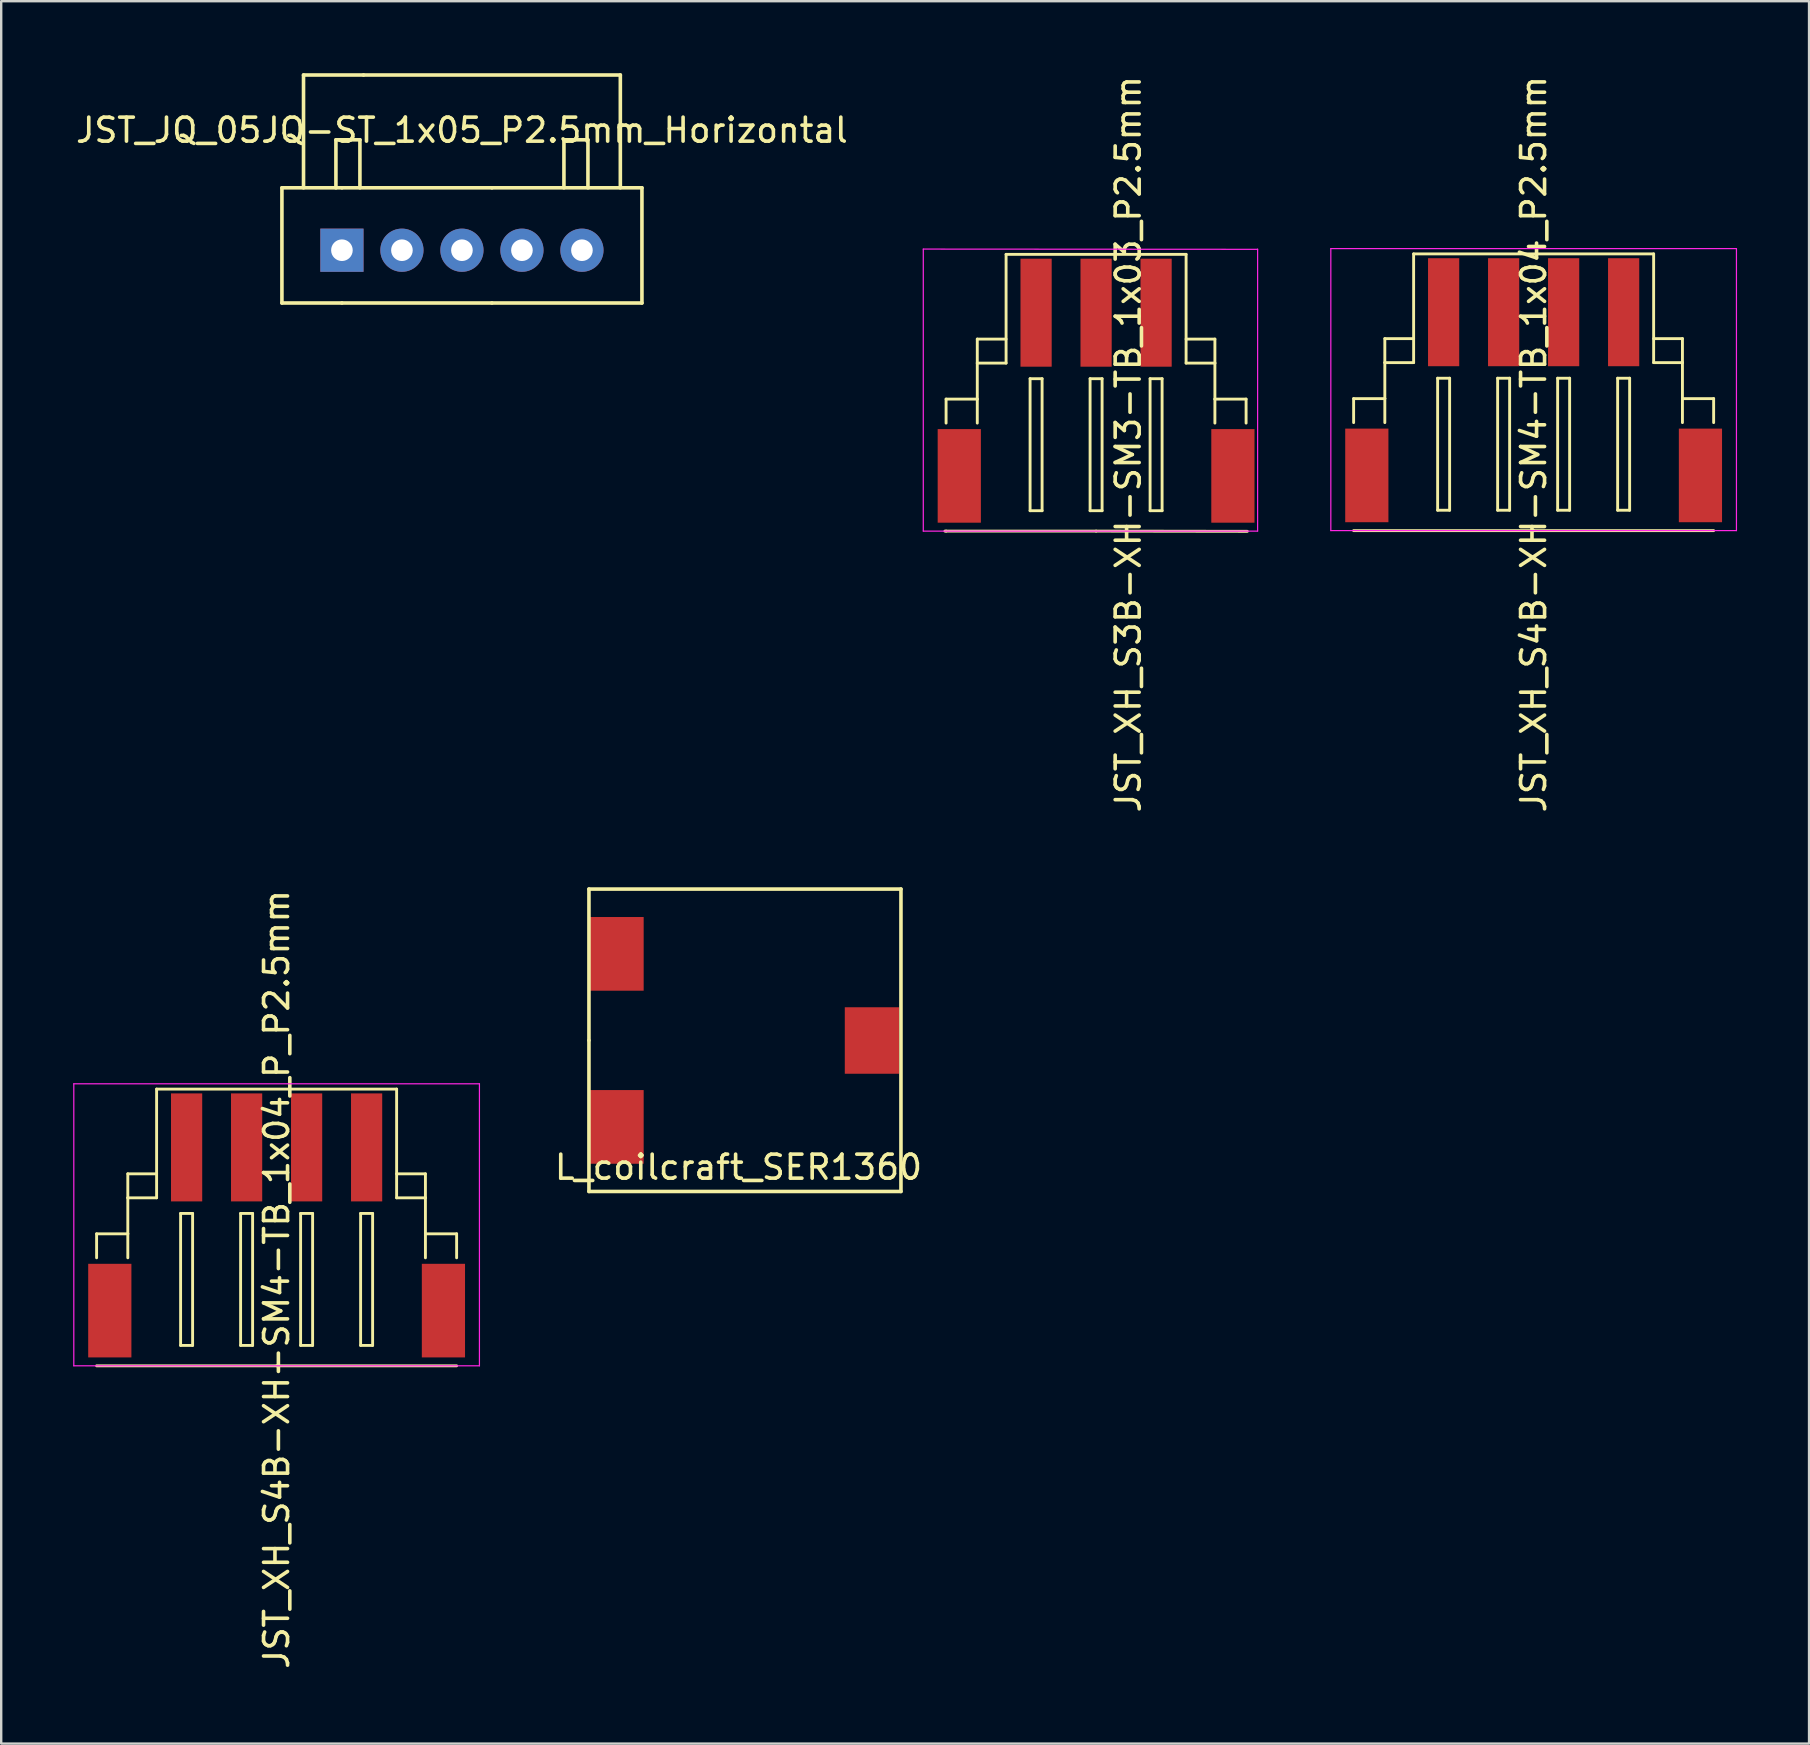
<source format=kicad_pcb>
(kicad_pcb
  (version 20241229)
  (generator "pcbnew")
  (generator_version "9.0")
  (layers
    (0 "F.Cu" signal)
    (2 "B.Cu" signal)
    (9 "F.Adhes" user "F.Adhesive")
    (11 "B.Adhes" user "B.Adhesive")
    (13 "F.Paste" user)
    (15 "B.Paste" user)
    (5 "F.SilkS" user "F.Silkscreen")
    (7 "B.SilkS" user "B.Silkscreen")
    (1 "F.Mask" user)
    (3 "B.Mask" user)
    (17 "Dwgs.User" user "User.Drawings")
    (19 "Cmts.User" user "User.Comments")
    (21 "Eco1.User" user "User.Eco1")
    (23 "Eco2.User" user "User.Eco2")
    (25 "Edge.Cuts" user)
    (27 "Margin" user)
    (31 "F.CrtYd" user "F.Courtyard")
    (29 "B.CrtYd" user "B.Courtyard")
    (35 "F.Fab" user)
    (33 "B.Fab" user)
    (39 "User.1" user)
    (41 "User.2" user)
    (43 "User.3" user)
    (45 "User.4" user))
  (footprint "JST_JQ_05JQ-ST_1x05_P2.5mm_Horizontal"
    (layer "F.Cu")
    (at 11.196 7.375)
    (property "Reference" "JST_JQ_05JQ-ST_1x05_P2.5mm_Horizontal" (at 5 -5 0) (layer "F.SilkS") (effects (font (size 1 1) (thickness 0.15))))
    (attr through_hole)
    (fp_line (start -2.5 -2.6) (end -2.5 2.2) (stroke (width 0.15) (type solid)) (layer "F.SilkS"))
    (fp_line (start -1.6 -2.6) (end -1.6 -7.3) (stroke (width 0.15) (type solid)) (layer "F.SilkS"))
    (fp_line (start -0.25 -4.6) (end 0.75 -4.6) (stroke (width 0.15) (type solid)) (layer "F.SilkS"))
    (fp_line (start -0.25 -2.6) (end -0.25 -4.6) (stroke (width 0.15) (type solid)) (layer "F.SilkS"))
    (fp_line (start 0 -2.6) (end -2.5 -2.6) (stroke (width 0.15) (type solid)) (layer "F.SilkS"))
    (fp_line (start 0 2.2) (end -2.5 2.2) (stroke (width 0.15) (type solid)) (layer "F.SilkS"))
    (fp_line (start 0.75 -4.6) (end 0.75 -2.6) (stroke (width 0.15) (type solid)) (layer "F.SilkS"))
    (fp_line (start 0.9 -7.3) (end -1.6 -7.3) (stroke (width 0.15) (type solid)) (layer "F.SilkS"))
    (fp_line (start 6.25 -2.6) (end 0 -2.6) (stroke (width 0.15) (type solid)) (layer "F.SilkS"))
    (fp_line (start 6.25 -2.6) (end 12.5 -2.6) (stroke (width 0.15) (type solid)) (layer "F.SilkS"))
    (fp_line (start 6.25 2.2) (end 0 2.2) (stroke (width 0.15) (type solid)) (layer "F.SilkS"))
    (fp_line (start 9.25 -4.6) (end 9.25 -2.6) (stroke (width 0.15) (type solid)) (layer "F.SilkS"))
    (fp_line (start 10.25 -4.6) (end 9.25 -4.6) (stroke (width 0.15) (type solid)) (layer "F.SilkS"))
    (fp_line (start 10.25 -2.6) (end 10.25 -4.6) (stroke (width 0.15) (type solid)) (layer "F.SilkS"))
    (fp_line (start 11.6 -7.3) (end 0.9 -7.3) (stroke (width 0.15) (type solid)) (layer "F.SilkS"))
    (fp_line (start 11.6 -2.6) (end 11.6 -7.3) (stroke (width 0.15) (type solid)) (layer "F.SilkS"))
    (fp_line (start 12.5 -2.6) (end 12.5 2.2) (stroke (width 0.15) (type solid)) (layer "F.SilkS"))
    (fp_line (start 12.5 2.2) (end 6.25 2.2) (stroke (width 0.15) (type solid)) (layer "F.SilkS"))
    (pad "1" thru_hole rect (at 0 0) (size 1.8 1.8) (drill 0.9) (layers "*.Cu" "*.Mask"))
    (pad "2" thru_hole circle (at 2.5 0) (size 1.8 1.8) (drill 0.9) (layers "*.Cu" "*.Mask"))
    (pad "3" thru_hole circle (at 5 0) (size 1.8 1.8) (drill 0.9) (layers "*.Cu" "*.Mask"))
    (pad "4" thru_hole circle (at 7.5 0) (size 1.8 1.8) (drill 0.9) (layers "*.Cu" "*.Mask"))
    (pad "5" thru_hole circle (at 10 0) (size 1.8 1.8) (drill 0.9) (layers "*.Cu" "*.Mask")))
  (footprint "JST_XH_S4B-XH-SM4-TB_1x04_P2.5mm"
    (layer "F.Cu")
    (at 60.848 9.958)
    (property "Reference" "JST_XH_S4B-XH-SM4-TB_1x04_P2.5mm" (at 0 5.5 90) (layer "F.SilkS") (effects (font (size 1 1) (thickness 0.15))))
    (attr smd)
    (fp_line (start -7.5 3.6) (end -7.5 4.6) (stroke (width 0.12) (type solid)) (layer "F.SilkS"))
    (fp_line (start -7.5 3.6) (end -6.2 3.6) (stroke (width 0.12) (type solid)) (layer "F.SilkS"))
    (fp_line (start -6.2 1.1) (end -5 1.1) (stroke (width 0.12) (type solid)) (layer "F.SilkS"))
    (fp_line (start -6.2 2.1) (end -6.2 1.1) (stroke (width 0.12) (type solid)) (layer "F.SilkS"))
    (fp_line (start -6.2 2.1) (end -6.2 3.6) (stroke (width 0.12) (type solid)) (layer "F.SilkS"))
    (fp_line (start -6.2 3.6) (end -6.2 4.6) (stroke (width 0.12) (type solid)) (layer "F.SilkS"))
    (fp_line (start -5 -2.43) (end -5 2.1) (stroke (width 0.12) (type solid)) (layer "F.SilkS"))
    (fp_line (start -5 -2.43) (end 5 -2.43) (stroke (width 0.12) (type solid)) (layer "F.SilkS"))
    (fp_line (start -5 2.1) (end -6.2 2.1) (stroke (width 0.12) (type solid)) (layer "F.SilkS"))
    (fp_line (start -4 2.75) (end -4 8.25) (stroke (width 0.12) (type solid)) (layer "F.SilkS"))
    (fp_line (start -4 8.25) (end -3.5 8.25) (stroke (width 0.12) (type solid)) (layer "F.SilkS"))
    (fp_line (start -3.5 2.75) (end -4 2.75) (stroke (width 0.12) (type solid)) (layer "F.SilkS"))
    (fp_line (start -3.5 8.25) (end -3.5 2.75) (stroke (width 0.12) (type solid)) (layer "F.SilkS"))
    (fp_line (start -1.5 2.75) (end -1.5 8.25) (stroke (width 0.12) (type solid)) (layer "F.SilkS"))
    (fp_line (start -1.5 8.25) (end -1 8.25) (stroke (width 0.12) (type solid)) (layer "F.SilkS"))
    (fp_line (start -1 2.75) (end -1.5 2.75) (stroke (width 0.12) (type solid)) (layer "F.SilkS"))
    (fp_line (start -1 8.25) (end -1 2.75) (stroke (width 0.12) (type solid)) (layer "F.SilkS"))
    (fp_line (start 0 9.1) (end -7.5 9.1) (stroke (width 0.12) (type solid)) (layer "F.SilkS"))
    (fp_line (start 0 9.1) (end 7.5 9.1) (stroke (width 0.12) (type solid)) (layer "F.SilkS"))
    (fp_line (start 1 2.75) (end 1 8.25) (stroke (width 0.12) (type solid)) (layer "F.SilkS"))
    (fp_line (start 1 8.25) (end 1.5 8.25) (stroke (width 0.12) (type solid)) (layer "F.SilkS"))
    (fp_line (start 1.5 2.75) (end 1 2.75) (stroke (width 0.12) (type solid)) (layer "F.SilkS"))
    (fp_line (start 1.5 8.25) (end 1.5 2.75) (stroke (width 0.12) (type solid)) (layer "F.SilkS"))
    (fp_line (start 3.5 2.75) (end 3.5 8.25) (stroke (width 0.12) (type solid)) (layer "F.SilkS"))
    (fp_line (start 3.5 8.25) (end 4 8.25) (stroke (width 0.12) (type solid)) (layer "F.SilkS"))
    (fp_line (start 4 2.75) (end 3.5 2.75) (stroke (width 0.12) (type solid)) (layer "F.SilkS"))
    (fp_line (start 4 8.25) (end 4 2.75) (stroke (width 0.12) (type solid)) (layer "F.SilkS"))
    (fp_line (start 5 -2.43) (end 5 2.1) (stroke (width 0.12) (type solid)) (layer "F.SilkS"))
    (fp_line (start 5 2.1) (end 6.2 2.1) (stroke (width 0.12) (type solid)) (layer "F.SilkS"))
    (fp_line (start 6.2 1.1) (end 5 1.1) (stroke (width 0.12) (type solid)) (layer "F.SilkS"))
    (fp_line (start 6.2 2.1) (end 6.2 1.1) (stroke (width 0.12) (type solid)) (layer "F.SilkS"))
    (fp_line (start 6.2 3.6) (end 6.2 2.1) (stroke (width 0.12) (type solid)) (layer "F.SilkS"))
    (fp_line (start 6.2 3.6) (end 6.2 4.6) (stroke (width 0.12) (type solid)) (layer "F.SilkS"))
    (fp_line (start 7.5 3.6) (end 6.2 3.6) (stroke (width 0.12) (type solid)) (layer "F.SilkS"))
    (fp_line (start 7.5 3.6) (end 7.5 4.6) (stroke (width 0.12) (type solid)) (layer "F.SilkS"))
    (fp_line (start -8.45 -2.65) (end -8.45 9.1) (stroke (width 0.05) (type solid)) (layer "F.CrtYd"))
    (fp_line (start -8.45 -2.65) (end 8.45 -2.65) (stroke (width 0.05) (type solid)) (layer "F.CrtYd"))
    (fp_line (start -8.45 9.1) (end 8.45 9.1) (stroke (width 0.05) (type solid)) (layer "F.CrtYd"))
    (fp_line (start 8.45 -2.65) (end 8.45 9.1) (stroke (width 0.05) (type solid)) (layer "F.CrtYd"))
    (pad "0" smd rect (at -6.95 6.8) (size 1.8 3.9) (layers "F.Cu" "F.Mask" "F.Paste"))
    (pad "0" smd rect (at 6.95 6.8) (size 1.8 3.9) (layers "F.Cu" "F.Mask" "F.Paste"))
    (pad "1" smd rect (at -3.75 0) (size 1.3 4.5) (layers "F.Cu" "F.Mask" "F.Paste"))
    (pad "2" smd rect (at -1.25 0) (size 1.3 4.5) (layers "F.Cu" "F.Mask" "F.Paste"))
    (pad "3" smd rect (at 1.25 0) (size 1.3 4.5) (layers "F.Cu" "F.Mask" "F.Paste"))
    (pad "4" smd rect (at 3.75 0) (size 1.3 4.5) (layers "F.Cu" "F.Mask" "F.Paste")))
  (footprint "JST_XH_S3B-XH-SM3-TB_1x03_P2.5mm"
    (layer "F.Cu")
    (at 42.618 9.978)
    (property "Reference" "JST_XH_S3B-XH-SM3-TB_1x03_P2.5mm" (at 1.34 5.48 90) (layer "F.SilkS") (effects (font (size 1 1) (thickness 0.15))))
    (attr through_hole)
    (fp_line (start -6.25 3.6) (end -6.25 4.6) (stroke (width 0.12) (type solid)) (layer "F.SilkS"))
    (fp_line (start -6.25 3.6) (end -4.95 3.6) (stroke (width 0.12) (type solid)) (layer "F.SilkS"))
    (fp_line (start -6.25 9.1) (end -6.3 9.1) (stroke (width 0.12) (type solid)) (layer "F.SilkS"))
    (fp_line (start -4.95 1.1) (end -3.75 1.1) (stroke (width 0.12) (type solid)) (layer "F.SilkS"))
    (fp_line (start -4.95 2.1) (end -4.95 1.1) (stroke (width 0.12) (type solid)) (layer "F.SilkS"))
    (fp_line (start -4.95 2.1) (end -4.95 3.6) (stroke (width 0.12) (type solid)) (layer "F.SilkS"))
    (fp_line (start -4.95 3.6) (end -4.95 4.6) (stroke (width 0.12) (type solid)) (layer "F.SilkS"))
    (fp_line (start -3.75 -2.43) (end -3.75 2.1) (stroke (width 0.12) (type solid)) (layer "F.SilkS"))
    (fp_line (start -3.75 2.1) (end -4.95 2.1) (stroke (width 0.12) (type solid)) (layer "F.SilkS"))
    (fp_line (start -2.75 2.75) (end -2.75 8.25) (stroke (width 0.12) (type solid)) (layer "F.SilkS"))
    (fp_line (start -2.75 8.25) (end -2.25 8.25) (stroke (width 0.12) (type solid)) (layer "F.SilkS"))
    (fp_line (start -2.25 2.75) (end -2.75 2.75) (stroke (width 0.12) (type solid)) (layer "F.SilkS"))
    (fp_line (start -2.25 8.25) (end -2.25 2.75) (stroke (width 0.12) (type solid)) (layer "F.SilkS"))
    (fp_line (start -0.25 2.75) (end -0.25 8.25) (stroke (width 0.12) (type solid)) (layer "F.SilkS"))
    (fp_line (start -0.25 8.25) (end 0.25 8.25) (stroke (width 0.12) (type solid)) (layer "F.SilkS"))
    (fp_line (start 0 9.1) (end -6.25 9.1) (stroke (width 0.12) (type solid)) (layer "F.SilkS"))
    (fp_line (start 0 9.1) (end 6.3 9.11) (stroke (width 0.12) (type solid)) (layer "F.SilkS"))
    (fp_line (start 0.25 2.75) (end -0.25 2.75) (stroke (width 0.12) (type solid)) (layer "F.SilkS"))
    (fp_line (start 0.25 8.25) (end 0.25 2.75) (stroke (width 0.12) (type solid)) (layer "F.SilkS"))
    (fp_line (start 2.25 2.75) (end 2.25 8.25) (stroke (width 0.12) (type solid)) (layer "F.SilkS"))
    (fp_line (start 2.25 8.25) (end 2.75 8.25) (stroke (width 0.12) (type solid)) (layer "F.SilkS"))
    (fp_line (start 2.75 2.75) (end 2.25 2.75) (stroke (width 0.12) (type solid)) (layer "F.SilkS"))
    (fp_line (start 2.75 8.25) (end 2.75 2.75) (stroke (width 0.12) (type solid)) (layer "F.SilkS"))
    (fp_line (start 3.75 -2.43) (end -3.75 -2.43) (stroke (width 0.12) (type solid)) (layer "F.SilkS"))
    (fp_line (start 3.75 -2.43) (end 3.75 2.1) (stroke (width 0.12) (type solid)) (layer "F.SilkS"))
    (fp_line (start 3.75 2.1) (end 4.95 2.1) (stroke (width 0.12) (type solid)) (layer "F.SilkS"))
    (fp_line (start 4.95 1.1) (end 3.75 1.1) (stroke (width 0.12) (type solid)) (layer "F.SilkS"))
    (fp_line (start 4.95 2.1) (end 4.95 1.1) (stroke (width 0.12) (type solid)) (layer "F.SilkS"))
    (fp_line (start 4.95 3.6) (end 4.95 2.1) (stroke (width 0.12) (type solid)) (layer "F.SilkS"))
    (fp_line (start 4.95 3.6) (end 4.95 4.6) (stroke (width 0.12) (type solid)) (layer "F.SilkS"))
    (fp_line (start 6.25 3.6) (end 4.95 3.6) (stroke (width 0.12) (type solid)) (layer "F.SilkS"))
    (fp_line (start 6.25 3.6) (end 6.25 4.6) (stroke (width 0.12) (type solid)) (layer "F.SilkS"))
    (fp_line (start -7.2 -2.65) (end -7.2 9.1) (stroke (width 0.05) (type solid)) (layer "F.CrtYd"))
    (fp_line (start 6.73 -2.65) (end 6.73 9.1) (stroke (width 0.05) (type solid)) (layer "F.CrtYd"))
    (fp_line (start 6.73 -2.64) (end -7.2 -2.65) (stroke (width 0.05) (type solid)) (layer "F.CrtYd"))
    (fp_line (start 6.73 9.1) (end -7.2 9.1) (stroke (width 0.05) (type solid)) (layer "F.CrtYd"))
    (pad "0" smd rect (at -5.7 6.8) (size 1.8 3.9) (layers "F.Cu" "F.Mask" "F.Paste"))
    (pad "0" smd rect (at 5.7 6.8) (size 1.8 3.9) (layers "F.Cu" "F.Mask" "F.Paste"))
    (pad "1" smd rect (at -2.5 0) (size 1.3 4.5) (layers "F.Cu" "F.Mask" "F.Paste"))
    (pad "2" smd rect (at 0 0) (size 1.3 4.5) (layers "F.Cu" "F.Mask" "F.Paste"))
    (pad "3" smd rect (at 2.5 0) (size 1.3 4.5) (layers "F.Cu" "F.Mask" "F.Paste")))
  (footprint "JST_XH_S4B-XH-SM4-TB_1x04_P_P2.5mm"
    (layer "F.Cu")
    (at 8.475 44.756)
    (property "Reference" "JST_XH_S4B-XH-SM4-TB_1x04_P_P2.5mm" (at 0 5.5 90) (layer "F.SilkS") (effects (font (size 1 1) (thickness 0.15))))
    (attr smd)
    (fp_line (start -7.5 3.6) (end -7.5 4.6) (stroke (width 0.12) (type solid)) (layer "F.SilkS"))
    (fp_line (start -7.5 3.6) (end -6.2 3.6) (stroke (width 0.12) (type solid)) (layer "F.SilkS"))
    (fp_line (start -6.2 1.1) (end -5 1.1) (stroke (width 0.12) (type solid)) (layer "F.SilkS"))
    (fp_line (start -6.2 2.1) (end -6.2 1.1) (stroke (width 0.12) (type solid)) (layer "F.SilkS"))
    (fp_line (start -6.2 2.1) (end -6.2 3.6) (stroke (width 0.12) (type solid)) (layer "F.SilkS"))
    (fp_line (start -6.2 3.6) (end -6.2 4.6) (stroke (width 0.12) (type solid)) (layer "F.SilkS"))
    (fp_line (start -5 -2.43) (end -5 2.1) (stroke (width 0.12) (type solid)) (layer "F.SilkS"))
    (fp_line (start -5 -2.43) (end 5 -2.43) (stroke (width 0.12) (type solid)) (layer "F.SilkS"))
    (fp_line (start -5 2.1) (end -6.2 2.1) (stroke (width 0.12) (type solid)) (layer "F.SilkS"))
    (fp_line (start -4 2.75) (end -4 8.25) (stroke (width 0.12) (type solid)) (layer "F.SilkS"))
    (fp_line (start -4 8.25) (end -3.5 8.25) (stroke (width 0.12) (type solid)) (layer "F.SilkS"))
    (fp_line (start -3.5 2.75) (end -4 2.75) (stroke (width 0.12) (type solid)) (layer "F.SilkS"))
    (fp_line (start -3.5 8.25) (end -3.5 2.75) (stroke (width 0.12) (type solid)) (layer "F.SilkS"))
    (fp_line (start -1.5 2.75) (end -1.5 8.25) (stroke (width 0.12) (type solid)) (layer "F.SilkS"))
    (fp_line (start -1.5 8.25) (end -1 8.25) (stroke (width 0.12) (type solid)) (layer "F.SilkS"))
    (fp_line (start -1 2.75) (end -1.5 2.75) (stroke (width 0.12) (type solid)) (layer "F.SilkS"))
    (fp_line (start -1 8.25) (end -1 2.75) (stroke (width 0.12) (type solid)) (layer "F.SilkS"))
    (fp_line (start 0 9.1) (end -7.5 9.1) (stroke (width 0.12) (type solid)) (layer "F.SilkS"))
    (fp_line (start 0 9.1) (end 7.5 9.1) (stroke (width 0.12) (type solid)) (layer "F.SilkS"))
    (fp_line (start 1 2.75) (end 1 8.25) (stroke (width 0.12) (type solid)) (layer "F.SilkS"))
    (fp_line (start 1 8.25) (end 1.5 8.25) (stroke (width 0.12) (type solid)) (layer "F.SilkS"))
    (fp_line (start 1.5 2.75) (end 1 2.75) (stroke (width 0.12) (type solid)) (layer "F.SilkS"))
    (fp_line (start 1.5 8.25) (end 1.5 2.75) (stroke (width 0.12) (type solid)) (layer "F.SilkS"))
    (fp_line (start 3.5 2.75) (end 3.5 8.25) (stroke (width 0.12) (type solid)) (layer "F.SilkS"))
    (fp_line (start 3.5 8.25) (end 4 8.25) (stroke (width 0.12) (type solid)) (layer "F.SilkS"))
    (fp_line (start 4 2.75) (end 3.5 2.75) (stroke (width 0.12) (type solid)) (layer "F.SilkS"))
    (fp_line (start 4 8.25) (end 4 2.75) (stroke (width 0.12) (type solid)) (layer "F.SilkS"))
    (fp_line (start 5 -2.43) (end 5 2.1) (stroke (width 0.12) (type solid)) (layer "F.SilkS"))
    (fp_line (start 5 2.1) (end 6.2 2.1) (stroke (width 0.12) (type solid)) (layer "F.SilkS"))
    (fp_line (start 6.2 1.1) (end 5 1.1) (stroke (width 0.12) (type solid)) (layer "F.SilkS"))
    (fp_line (start 6.2 2.1) (end 6.2 1.1) (stroke (width 0.12) (type solid)) (layer "F.SilkS"))
    (fp_line (start 6.2 3.6) (end 6.2 2.1) (stroke (width 0.12) (type solid)) (layer "F.SilkS"))
    (fp_line (start 6.2 3.6) (end 6.2 4.6) (stroke (width 0.12) (type solid)) (layer "F.SilkS"))
    (fp_line (start 7.5 3.6) (end 6.2 3.6) (stroke (width 0.12) (type solid)) (layer "F.SilkS"))
    (fp_line (start 7.5 3.6) (end 7.5 4.6) (stroke (width 0.12) (type solid)) (layer "F.SilkS"))
    (fp_line (start -8.45 -2.65) (end -8.45 9.1) (stroke (width 0.05) (type solid)) (layer "F.CrtYd"))
    (fp_line (start -8.45 -2.65) (end 8.45 -2.65) (stroke (width 0.05) (type solid)) (layer "F.CrtYd"))
    (fp_line (start -8.45 9.1) (end 8.45 9.1) (stroke (width 0.05) (type solid)) (layer "F.CrtYd"))
    (fp_line (start 8.45 -2.65) (end 8.45 9.1) (stroke (width 0.05) (type solid)) (layer "F.CrtYd"))
    (pad "0" smd rect (at -6.95 6.8) (size 1.8 3.9) (layers "F.Cu" "F.Mask" "F.Paste"))
    (pad "0" smd rect (at 6.95 6.8) (size 1.8 3.9) (layers "F.Cu" "F.Mask" "F.Paste"))
    (pad "1" smd rect (at -3.75 0) (size 1.3 4.5) (layers "F.Cu" "F.Mask" "F.Paste"))
    (pad "2" smd rect (at -1.25 0) (size 1.3 4.5) (layers "F.Cu" "F.Mask" "F.Paste"))
    (pad "3" smd rect (at 1.25 0) (size 1.3 4.5) (layers "F.Cu" "F.Mask" "F.Paste"))
    (pad "4" smd rect (at 3.75 0) (size 1.3 4.5) (layers "F.Cu" "F.Mask" "F.Paste")))
  (footprint "L_coilcraft_SER1360"
    (layer "F.Cu")
    (at 22.638 36.692)
    (property "Reference" "L_coilcraft_SER1360" (at 5.08 8.89 0) (layer "F.SilkS") (effects (font (size 1 1) (thickness 0.15))))
    (attr through_hole)
    (fp_line (start -1.15 -2.7) (end 11.85 -2.7) (stroke (width 0.15) (type solid)) (layer "F.SilkS"))
    (fp_line (start -1.15 3.6) (end -1.15 -2.7) (stroke (width 0.15) (type solid)) (layer "F.SilkS"))
    (fp_line (start -1.15 9.9) (end -1.15 3.61) (stroke (width 0.15) (type solid)) (layer "F.SilkS"))
    (fp_line (start 11.85 -2.7) (end 11.85 9.9) (stroke (width 0.15) (type solid)) (layer "F.SilkS"))
    (fp_line (start 11.85 9.9) (end -1.15 9.9) (stroke (width 0.15) (type solid)) (layer "F.SilkS"))
    (pad "" smd rect (at 10.64 3.61) (size 2.26 2.77) (layers "F.Cu" "F.Mask" "F.Paste"))
    (pad "1" smd rect (at 0 0) (size 2.26 3.07) (layers "F.Cu" "F.Mask" "F.Paste"))
    (pad "2" smd rect (at 0 7.21) (size 2.26 3.07) (layers "F.Cu" "F.Mask" "F.Paste")))
  (gr_rect
    (start -3 -3)
    (end 72.323 69.595)
    (stroke (width 0.1) (type default))
    (fill no)
    (layer "Edge.Cuts")))
</source>
